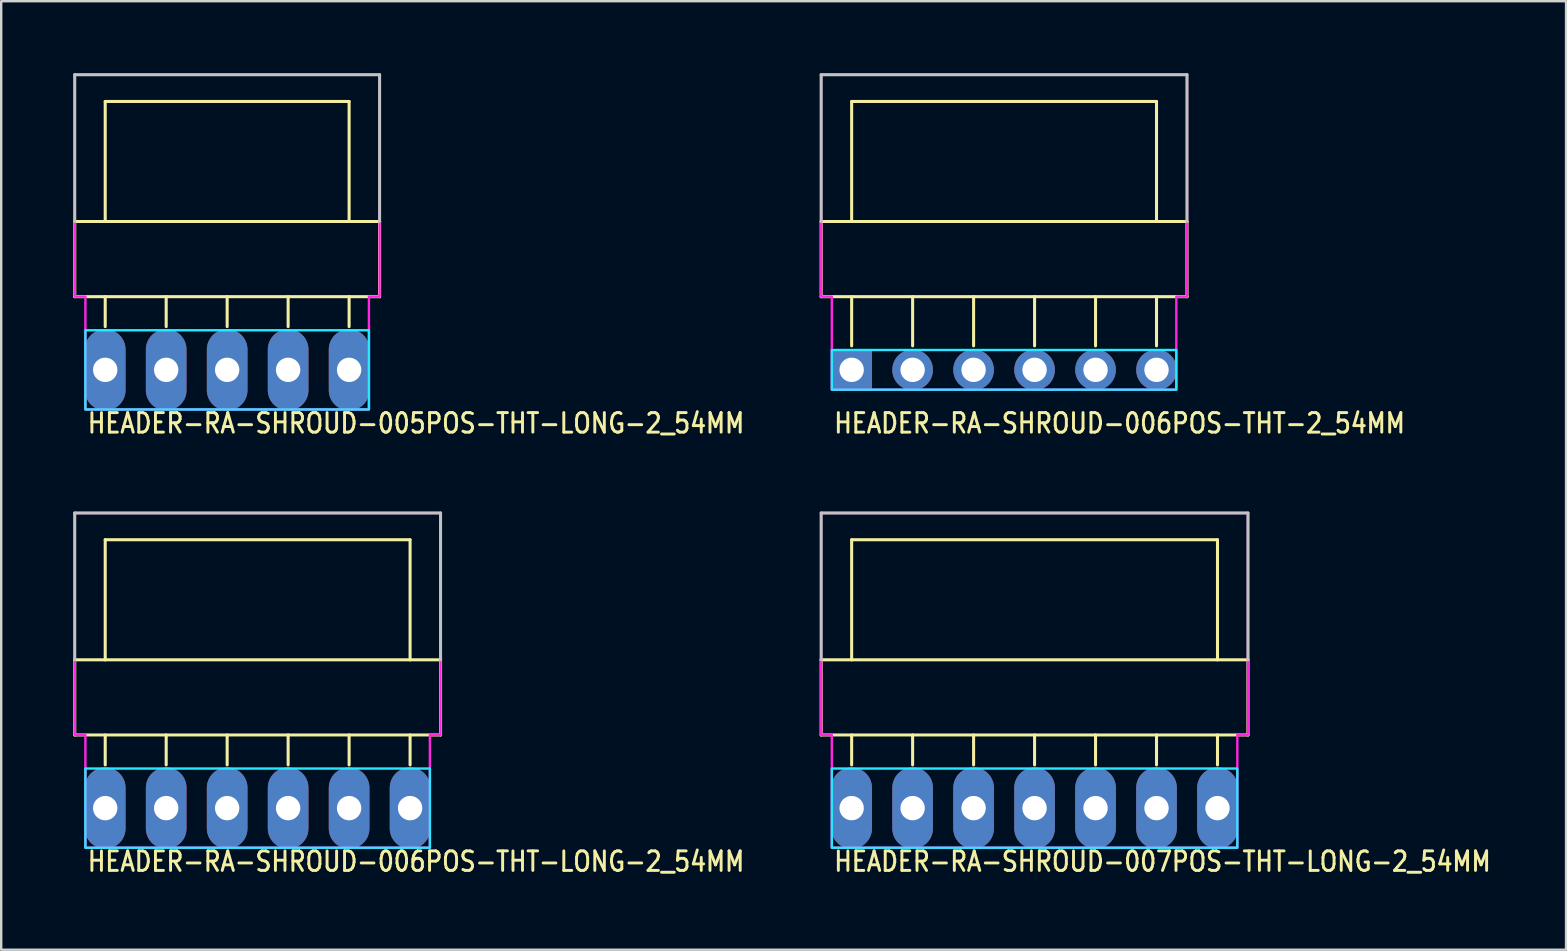
<source format=kicad_pcb>
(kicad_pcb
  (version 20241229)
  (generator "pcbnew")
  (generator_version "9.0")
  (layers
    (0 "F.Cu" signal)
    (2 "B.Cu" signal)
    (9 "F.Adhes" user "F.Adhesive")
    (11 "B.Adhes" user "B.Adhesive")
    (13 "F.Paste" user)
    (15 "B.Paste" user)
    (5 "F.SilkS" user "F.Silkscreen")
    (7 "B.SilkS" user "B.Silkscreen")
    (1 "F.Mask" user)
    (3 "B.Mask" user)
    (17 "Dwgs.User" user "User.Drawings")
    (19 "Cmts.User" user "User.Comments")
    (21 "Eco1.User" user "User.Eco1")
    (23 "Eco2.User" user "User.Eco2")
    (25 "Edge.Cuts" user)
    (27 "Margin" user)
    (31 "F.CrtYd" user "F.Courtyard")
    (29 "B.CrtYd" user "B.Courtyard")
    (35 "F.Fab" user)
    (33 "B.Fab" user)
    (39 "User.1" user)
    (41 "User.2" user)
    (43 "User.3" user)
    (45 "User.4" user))
  (footprint "HEADER-RA-SHROUD-006POS-THT-LONG-2_54MM"
    (layer "F.Cu")
    (at 1.333 30.615)
    (property "Reference" "HEADER-RA-SHROUD-006POS-THT-LONG-2_54MM" (at -0.8 2.7 0) (unlocked yes) (layer "F.SilkS") (effects (font (size 0.813 0.695) (thickness 0.122)) (justify left bottom)))
    (fp_line (start -1.27 -6.18) (end -1.27 -3.048) (stroke (width 0.127) (type solid)) (layer "F.SilkS"))
    (fp_line (start -1.27 -3.048) (end 13.97 -3.048) (stroke (width 0.127) (type solid)) (layer "F.SilkS"))
    (fp_line (start 0 -11.18) (end 0 -6.18) (stroke (width 0.127) (type solid)) (layer "F.SilkS"))
    (fp_line (start 0 -6.18) (end -1.27 -6.18) (stroke (width 0.127) (type solid)) (layer "F.SilkS"))
    (fp_line (start 0 -1.8) (end 0 -3.048) (stroke (width 0.127) (type solid)) (layer "F.SilkS"))
    (fp_line (start 2.54 -1.8) (end 2.54 -3.048) (stroke (width 0.127) (type solid)) (layer "F.SilkS"))
    (fp_line (start 5.08 -1.8) (end 5.08 -3.048) (stroke (width 0.127) (type solid)) (layer "F.SilkS"))
    (fp_line (start 7.62 -1.8) (end 7.62 -3.048) (stroke (width 0.127) (type solid)) (layer "F.SilkS"))
    (fp_line (start 10.16 -1.8) (end 10.16 -3.048) (stroke (width 0.127) (type solid)) (layer "F.SilkS"))
    (fp_line (start 12.7 -11.18) (end 0 -11.18) (stroke (width 0.127) (type solid)) (layer "F.SilkS"))
    (fp_line (start 12.7 -6.18) (end 0 -6.18) (stroke (width 0.127) (type solid)) (layer "F.SilkS"))
    (fp_line (start 12.7 -6.18) (end 12.7 -11.18) (stroke (width 0.127) (type solid)) (layer "F.SilkS"))
    (fp_line (start 12.7 -1.8) (end 12.7 -3.048) (stroke (width 0.127) (type solid)) (layer "F.SilkS"))
    (fp_line (start 13.97 -6.18) (end 12.7 -6.18) (stroke (width 0.127) (type solid)) (layer "F.SilkS"))
    (fp_line (start 13.97 -3.048) (end 13.97 -6.18) (stroke (width 0.127) (type solid)) (layer "F.SilkS"))
    (fp_line (start -1.27 -12.294) (end 13.97 -12.294) (stroke (width 0.127) (type solid)) (layer "Dwgs.User"))
    (fp_line (start -1.27 -6.18) (end -1.27 -12.294) (stroke (width 0.127) (type solid)) (layer "Dwgs.User"))
    (fp_line (start 13.97 -12.294) (end 13.97 -6.18) (stroke (width 0.127) (type solid)) (layer "Dwgs.User"))
    (fp_poly (pts (xy -0.826 -1.65) (xy -0.826 1.65) (xy 13.525 1.65) (xy 13.525 -1.65)) (stroke (width 0.1) (type solid)) (fill no) (layer "B.CrtYd"))
    (fp_poly (pts (xy -1.27 -12.294) (xy -1.27 -3.048) (xy -0.826 -3.048) (xy -0.826 1.65) (xy 13.525 1.65) (xy 13.525 -3.048) (xy 13.97 -3.048) (xy 13.97 -12.294)) (stroke (width 0.1) (type solid)) (fill no) (layer "F.CrtYd"))
    (pad "P$1" thru_hole oval (at 0 0 90) (size 3.387 1.693) (drill 1.016) (layers "*.Cu" "*.Mask"))
    (pad "P$2" thru_hole oval (at 2.54 0 90) (size 3.387 1.693) (drill 1.016) (layers "*.Cu" "*.Mask"))
    (pad "P$3" thru_hole oval (at 5.08 0 90) (size 3.387 1.693) (drill 1.016) (layers "*.Cu" "*.Mask"))
    (pad "P$4" thru_hole oval (at 7.62 0 90) (size 3.387 1.693) (drill 1.016) (layers "*.Cu" "*.Mask"))
    (pad "P$5" thru_hole oval (at 10.16 0 90) (size 3.387 1.693) (drill 1.016) (layers "*.Cu" "*.Mask"))
    (pad "P$6" thru_hole oval (at 12.7 0 90) (size 3.387 1.693) (drill 1.016) (layers "*.Cu" "*.Mask")))
  (footprint "HEADER-RA-SHROUD-005POS-THT-LONG-2_54MM"
    (layer "F.Cu")
    (at 1.333 12.357)
    (property "Reference" "HEADER-RA-SHROUD-005POS-THT-LONG-2_54MM" (at -0.8 2.7 0) (unlocked yes) (layer "F.SilkS") (effects (font (size 0.813 0.695) (thickness 0.122)) (justify left bottom)))
    (fp_line (start -1.27 -6.18) (end -1.27 -3.048) (stroke (width 0.127) (type solid)) (layer "F.SilkS"))
    (fp_line (start -1.27 -3.048) (end 11.43 -3.048) (stroke (width 0.127) (type solid)) (layer "F.SilkS"))
    (fp_line (start 0 -11.18) (end 0 -6.18) (stroke (width 0.127) (type solid)) (layer "F.SilkS"))
    (fp_line (start 0 -6.18) (end -1.27 -6.18) (stroke (width 0.127) (type solid)) (layer "F.SilkS"))
    (fp_line (start 0 -1.8) (end 0 -3.048) (stroke (width 0.127) (type solid)) (layer "F.SilkS"))
    (fp_line (start 2.54 -1.8) (end 2.54 -3.048) (stroke (width 0.127) (type solid)) (layer "F.SilkS"))
    (fp_line (start 5.08 -1.8) (end 5.08 -3.048) (stroke (width 0.127) (type solid)) (layer "F.SilkS"))
    (fp_line (start 7.62 -1.8) (end 7.62 -3.048) (stroke (width 0.127) (type solid)) (layer "F.SilkS"))
    (fp_line (start 10.16 -11.18) (end 0 -11.18) (stroke (width 0.127) (type solid)) (layer "F.SilkS"))
    (fp_line (start 10.16 -6.18) (end 0 -6.18) (stroke (width 0.127) (type solid)) (layer "F.SilkS"))
    (fp_line (start 10.16 -6.18) (end 10.16 -11.18) (stroke (width 0.127) (type solid)) (layer "F.SilkS"))
    (fp_line (start 10.16 -1.8) (end 10.16 -3.048) (stroke (width 0.127) (type solid)) (layer "F.SilkS"))
    (fp_line (start 11.43 -6.18) (end 10.16 -6.18) (stroke (width 0.127) (type solid)) (layer "F.SilkS"))
    (fp_line (start 11.43 -3.048) (end 11.43 -6.18) (stroke (width 0.127) (type solid)) (layer "F.SilkS"))
    (fp_line (start -1.27 -12.294) (end 11.43 -12.294) (stroke (width 0.127) (type solid)) (layer "Dwgs.User"))
    (fp_line (start -1.27 -6.18) (end -1.27 -12.294) (stroke (width 0.127) (type solid)) (layer "Dwgs.User"))
    (fp_line (start 11.43 -12.294) (end 11.43 -6.18) (stroke (width 0.127) (type solid)) (layer "Dwgs.User"))
    (fp_poly (pts (xy -0.826 -1.65) (xy -0.826 1.65) (xy 10.986 1.65) (xy 10.986 -1.65)) (stroke (width 0.1) (type solid)) (fill no) (layer "B.CrtYd"))
    (fp_poly (pts (xy -1.27 -12.294) (xy -1.27 -3.048) (xy -0.826 -3.048) (xy -0.826 1.65) (xy 10.986 1.65) (xy 10.986 -3.048) (xy 11.43 -3.048) (xy 11.43 -12.294)) (stroke (width 0.1) (type solid)) (fill no) (layer "F.CrtYd"))
    (pad "P$1" thru_hole oval (at 0 0 90) (size 3.387 1.693) (drill 1.016) (layers "*.Cu" "*.Mask"))
    (pad "P$2" thru_hole oval (at 2.54 0 90) (size 3.387 1.693) (drill 1.016) (layers "*.Cu" "*.Mask"))
    (pad "P$3" thru_hole oval (at 5.08 0 90) (size 3.387 1.693) (drill 1.016) (layers "*.Cu" "*.Mask"))
    (pad "P$4" thru_hole oval (at 7.62 0 90) (size 3.387 1.693) (drill 1.016) (layers "*.Cu" "*.Mask"))
    (pad "P$5" thru_hole oval (at 10.16 0 90) (size 3.387 1.693) (drill 1.016) (layers "*.Cu" "*.Mask")))
  (footprint "HEADER-RA-SHROUD-006POS-THT-2_54MM"
    (layer "F.Cu")
    (at 32.428 12.357)
    (property "Reference" "HEADER-RA-SHROUD-006POS-THT-2_54MM" (at -0.8 2.7 0) (unlocked yes) (layer "F.SilkS") (effects (font (size 0.813 0.695) (thickness 0.122)) (justify left bottom)))
    (fp_line (start -1.27 -6.18) (end -1.27 -3.048) (stroke (width 0.127) (type solid)) (layer "F.SilkS"))
    (fp_line (start -1.27 -3.048) (end 13.97 -3.048) (stroke (width 0.127) (type solid)) (layer "F.SilkS"))
    (fp_line (start 0 -11.18) (end 0 -6.18) (stroke (width 0.127) (type solid)) (layer "F.SilkS"))
    (fp_line (start 0 -6.18) (end -1.27 -6.18) (stroke (width 0.127) (type solid)) (layer "F.SilkS"))
    (fp_line (start 0 -1) (end 0 -3.048) (stroke (width 0.127) (type solid)) (layer "F.SilkS"))
    (fp_line (start 2.54 -1) (end 2.54 -3.048) (stroke (width 0.127) (type solid)) (layer "F.SilkS"))
    (fp_line (start 5.08 -1) (end 5.08 -3.048) (stroke (width 0.127) (type solid)) (layer "F.SilkS"))
    (fp_line (start 7.62 -1) (end 7.62 -3.048) (stroke (width 0.127) (type solid)) (layer "F.SilkS"))
    (fp_line (start 10.16 -1) (end 10.16 -3.048) (stroke (width 0.127) (type solid)) (layer "F.SilkS"))
    (fp_line (start 12.7 -11.18) (end 0 -11.18) (stroke (width 0.127) (type solid)) (layer "F.SilkS"))
    (fp_line (start 12.7 -6.18) (end 0 -6.18) (stroke (width 0.127) (type solid)) (layer "F.SilkS"))
    (fp_line (start 12.7 -6.18) (end 12.7 -11.18) (stroke (width 0.127) (type solid)) (layer "F.SilkS"))
    (fp_line (start 12.7 -1) (end 12.7 -3.048) (stroke (width 0.127) (type solid)) (layer "F.SilkS"))
    (fp_line (start 13.97 -6.18) (end 12.7 -6.18) (stroke (width 0.127) (type solid)) (layer "F.SilkS"))
    (fp_line (start 13.97 -3.048) (end 13.97 -6.18) (stroke (width 0.127) (type solid)) (layer "F.SilkS"))
    (fp_line (start -1.27 -12.294) (end 13.97 -12.294) (stroke (width 0.127) (type solid)) (layer "Dwgs.User"))
    (fp_line (start -1.27 -6.18) (end -1.27 -12.294) (stroke (width 0.127) (type solid)) (layer "Dwgs.User"))
    (fp_line (start 13.97 -12.294) (end 13.97 -6.18) (stroke (width 0.127) (type solid)) (layer "Dwgs.User"))
    (fp_poly (pts (xy -0.826 -0.826) (xy -0.826 0.826) (xy 13.525 0.826) (xy 13.525 -0.826)) (stroke (width 0.1) (type solid)) (fill no) (layer "B.CrtYd"))
    (fp_poly (pts (xy -1.27 -12.294) (xy -1.27 -3.048) (xy -0.826 -3.048) (xy -0.826 0.826) (xy 13.525 0.826) (xy 13.525 -3.048) (xy 13.97 -3.048) (xy 13.97 -12.294)) (stroke (width 0.1) (type solid)) (fill no) (layer "F.CrtYd"))
    (pad "P$1" thru_hole rect (at 0 0) (size 1.693 1.693) (drill 1.016) (layers "*.Cu" "*.Mask"))
    (pad "P$2" thru_hole oval (at 2.54 0) (size 1.693 1.693) (drill 1.016) (layers "*.Cu" "*.Mask"))
    (pad "P$3" thru_hole oval (at 5.08 0) (size 1.693 1.693) (drill 1.016) (layers "*.Cu" "*.Mask"))
    (pad "P$4" thru_hole oval (at 7.62 0) (size 1.693 1.693) (drill 1.016) (layers "*.Cu" "*.Mask"))
    (pad "P$5" thru_hole oval (at 10.16 0) (size 1.693 1.693) (drill 1.016) (layers "*.Cu" "*.Mask"))
    (pad "P$6" thru_hole oval (at 12.7 0) (size 1.693 1.693) (drill 1.016) (layers "*.Cu" "*.Mask")))
  (footprint "HEADER-RA-SHROUD-007POS-THT-LONG-2_54MM"
    (layer "F.Cu")
    (at 32.428 30.615)
    (property "Reference" "HEADER-RA-SHROUD-007POS-THT-LONG-2_54MM" (at -0.8 2.7 0) (unlocked yes) (layer "F.SilkS") (effects (font (size 0.813 0.695) (thickness 0.122)) (justify left bottom)))
    (fp_line (start -1.27 -6.18) (end -1.27 -3.048) (stroke (width 0.127) (type solid)) (layer "F.SilkS"))
    (fp_line (start -1.27 -3.048) (end 16.51 -3.048) (stroke (width 0.127) (type solid)) (layer "F.SilkS"))
    (fp_line (start 0 -11.18) (end 0 -6.18) (stroke (width 0.127) (type solid)) (layer "F.SilkS"))
    (fp_line (start 0 -6.18) (end -1.27 -6.18) (stroke (width 0.127) (type solid)) (layer "F.SilkS"))
    (fp_line (start 0 -1.8) (end 0 -3.048) (stroke (width 0.127) (type solid)) (layer "F.SilkS"))
    (fp_line (start 2.54 -1.8) (end 2.54 -3.048) (stroke (width 0.127) (type solid)) (layer "F.SilkS"))
    (fp_line (start 5.08 -1.8) (end 5.08 -3.048) (stroke (width 0.127) (type solid)) (layer "F.SilkS"))
    (fp_line (start 7.62 -1.8) (end 7.62 -3.048) (stroke (width 0.127) (type solid)) (layer "F.SilkS"))
    (fp_line (start 10.16 -1.8) (end 10.16 -3.048) (stroke (width 0.127) (type solid)) (layer "F.SilkS"))
    (fp_line (start 12.7 -1.8) (end 12.7 -3.048) (stroke (width 0.127) (type solid)) (layer "F.SilkS"))
    (fp_line (start 15.24 -11.18) (end 0 -11.18) (stroke (width 0.127) (type solid)) (layer "F.SilkS"))
    (fp_line (start 15.24 -6.18) (end 0 -6.18) (stroke (width 0.127) (type solid)) (layer "F.SilkS"))
    (fp_line (start 15.24 -6.18) (end 15.24 -11.18) (stroke (width 0.127) (type solid)) (layer "F.SilkS"))
    (fp_line (start 15.24 -1.8) (end 15.24 -3.048) (stroke (width 0.127) (type solid)) (layer "F.SilkS"))
    (fp_line (start 16.51 -6.18) (end 15.24 -6.18) (stroke (width 0.127) (type solid)) (layer "F.SilkS"))
    (fp_line (start 16.51 -3.048) (end 16.51 -6.18) (stroke (width 0.127) (type solid)) (layer "F.SilkS"))
    (fp_line (start -1.27 -12.294) (end 16.51 -12.294) (stroke (width 0.127) (type solid)) (layer "Dwgs.User"))
    (fp_line (start -1.27 -6.18) (end -1.27 -12.294) (stroke (width 0.127) (type solid)) (layer "Dwgs.User"))
    (fp_line (start 16.51 -12.294) (end 16.51 -6.18) (stroke (width 0.127) (type solid)) (layer "Dwgs.User"))
    (fp_poly (pts (xy -0.826 -1.65) (xy -0.826 1.65) (xy 16.066 1.65) (xy 16.066 -1.65)) (stroke (width 0.1) (type solid)) (fill no) (layer "B.CrtYd"))
    (fp_poly (pts (xy -1.27 -12.294) (xy -1.27 -3.048) (xy -0.826 -3.048) (xy -0.826 1.65) (xy 16.066 1.65) (xy 16.066 -3.048) (xy 16.51 -3.048) (xy 16.51 -12.294)) (stroke (width 0.1) (type solid)) (fill no) (layer "F.CrtYd"))
    (pad "P$1" thru_hole oval (at 0 0 90) (size 3.387 1.693) (drill 1.016) (layers "*.Cu" "*.Mask"))
    (pad "P$2" thru_hole oval (at 2.54 0 90) (size 3.387 1.693) (drill 1.016) (layers "*.Cu" "*.Mask"))
    (pad "P$3" thru_hole oval (at 5.08 0 90) (size 3.387 1.693) (drill 1.016) (layers "*.Cu" "*.Mask"))
    (pad "P$4" thru_hole oval (at 7.62 0 90) (size 3.387 1.693) (drill 1.016) (layers "*.Cu" "*.Mask"))
    (pad "P$5" thru_hole oval (at 10.16 0 90) (size 3.387 1.693) (drill 1.016) (layers "*.Cu" "*.Mask"))
    (pad "P$6" thru_hole oval (at 12.7 0 90) (size 3.387 1.693) (drill 1.016) (layers "*.Cu" "*.Mask"))
    (pad "P$7" thru_hole oval (at 15.24 0 90) (size 3.387 1.693) (drill 1.016) (layers "*.Cu" "*.Mask")))
  (gr_rect
    (start -3 -3)
    (end 62.189 36.515)
    (stroke (width 0.1) (type default))
    (fill no)
    (layer "Edge.Cuts")))
</source>
